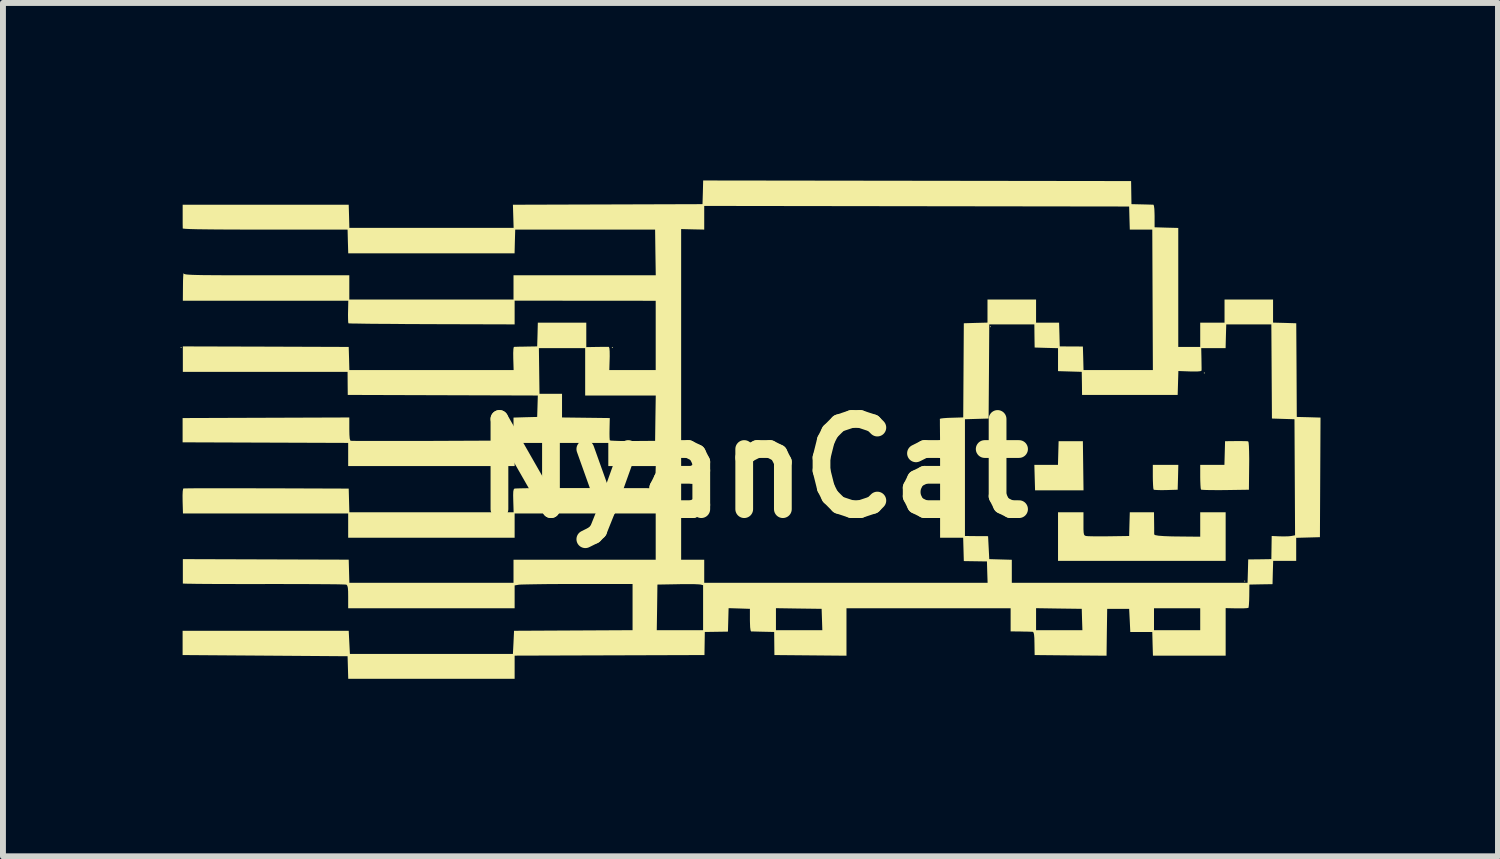
<source format=kicad_pcb>
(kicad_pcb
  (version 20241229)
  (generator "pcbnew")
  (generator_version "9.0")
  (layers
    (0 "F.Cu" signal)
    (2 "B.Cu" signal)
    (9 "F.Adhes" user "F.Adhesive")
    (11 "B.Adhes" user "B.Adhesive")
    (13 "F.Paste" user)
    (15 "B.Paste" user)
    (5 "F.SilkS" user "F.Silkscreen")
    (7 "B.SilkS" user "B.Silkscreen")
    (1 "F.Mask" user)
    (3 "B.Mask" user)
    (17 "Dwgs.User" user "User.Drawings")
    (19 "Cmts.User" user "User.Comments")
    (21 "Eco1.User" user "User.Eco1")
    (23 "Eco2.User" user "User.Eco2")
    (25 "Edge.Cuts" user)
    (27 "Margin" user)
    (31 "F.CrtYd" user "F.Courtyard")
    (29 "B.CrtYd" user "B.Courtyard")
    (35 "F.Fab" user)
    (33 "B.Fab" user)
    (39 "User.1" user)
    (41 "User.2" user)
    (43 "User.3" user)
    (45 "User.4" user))
  (footprint "NyanCat"
    (layer "F.Cu")
    (at 9.672 4.865)
    (property "Reference" "NyanCat" (at 0 0 0) (layer "F.SilkS") (effects (font (size 1.524 1.524) (thickness 0.3))))
    (attr board_only exclude_from_pos_files exclude_from_bom)
    (fp_poly (pts (xy -9.652 -2.042) (xy -9.662 -2.032) (xy -9.672 -2.042) (xy -9.662 -2.052)) (stroke (width 0) (type solid)) (fill yes) (layer "F.SilkS"))
    (fp_poly (pts (xy -2.364 -2.042) (xy -2.374 -2.032) (xy -2.384 -2.042) (xy -2.374 -2.052)) (stroke (width 0) (type solid)) (fill yes) (layer "F.SilkS"))
    (fp_poly (pts (xy 4.025 -2.393) (xy 4.015 -2.384) (xy 4.005 -2.393) (xy 4.015 -2.403)) (stroke (width 0) (type solid)) (fill yes) (layer "F.SilkS"))
    (fp_poly (pts (xy 7.64 -1.612) (xy 7.63 -1.602) (xy 7.62 -1.612) (xy 7.63 -1.622)) (stroke (width 0) (type solid)) (fill yes) (layer "F.SilkS"))
    (fp_poly (pts (xy 8.323 1.905) (xy 8.314 1.915) (xy 8.304 1.905) (xy 8.314 1.895)) (stroke (width 0) (type solid)) (fill yes) (layer "F.SilkS"))
    (fp_poly (pts (xy 5.589 0.371) (xy 4.77 0.371) (xy 4.764 0.156) (xy 4.758 -0.059) (xy 4.957 -0.059) (xy 5.157 -0.059) (xy 5.168 -0.459) (xy 5.578 -0.459)) (stroke (width 0) (type solid)) (fill yes) (layer "F.SilkS"))
    (fp_poly (pts (xy 7.186 0.151) (xy 7.18 0.361) (xy 6.984 0.367) (xy 6.9 0.368) (xy 6.831 0.366) (xy 6.786 0.363) (xy 6.774 0.359) (xy 6.768 0.335) (xy 6.764 0.28) (xy 6.761 0.205) (xy 6.76 0.143) (xy 6.76 -0.059) (xy 7.191 -0.059)) (stroke (width 0) (type solid)) (fill yes) (layer "F.SilkS"))
    (fp_poly (pts (xy 8.318 -0.46) (xy 8.362 -0.458) (xy 8.372 -0.456) (xy 8.379 -0.434) (xy 8.384 -0.376) (xy 8.387 -0.283) (xy 8.389 -0.158) (xy 8.388 -0.044) (xy 8.384 0.361) (xy 7.986 0.367) (xy 7.865 0.368) (xy 7.758 0.367) (xy 7.67 0.366) (xy 7.607 0.363) (xy 7.577 0.36) (xy 7.575 0.359) (xy 7.569 0.335) (xy 7.565 0.28) (xy 7.562 0.205) (xy 7.561 0.143) (xy 7.561 -0.059) (xy 7.97 -0.059) (xy 7.981 -0.459) (xy 8.167 -0.461) (xy 8.25 -0.461)) (stroke (width 0) (type solid)) (fill yes) (layer "F.SilkS"))
    (fp_poly (pts (xy 5.588 0.937) (xy 5.588 1.026) (xy 5.591 1.084) (xy 5.597 1.117) (xy 5.609 1.134) (xy 5.627 1.142) (xy 5.632 1.143) (xy 5.665 1.146) (xy 5.731 1.148) (xy 5.82 1.149) (xy 5.926 1.149) (xy 6.018 1.148) (xy 6.36 1.143) (xy 6.365 0.943) (xy 6.371 0.742) (xy 6.78 0.742) (xy 6.782 0.923) (xy 6.783 1.004) (xy 6.783 1.069) (xy 6.783 1.109) (xy 6.783 1.116) (xy 6.8 1.128) (xy 6.856 1.138) (xy 6.95 1.145) (xy 7.082 1.15) (xy 7.253 1.152) (xy 7.254 1.152) (xy 7.561 1.155) (xy 7.561 0.742) (xy 7.991 0.742) (xy 7.991 1.563) (xy 5.158 1.563) (xy 5.158 0.742) (xy 5.588 0.742)) (stroke (width 0) (type solid)) (fill yes) (layer "F.SilkS"))
    (fp_poly (pts (xy 2.777 -4.86) (xy 6.393 -4.855) (xy 6.396 -4.66) (xy 6.399 -4.465) (xy 6.575 -4.461) (xy 6.655 -4.459) (xy 6.721 -4.457) (xy 6.762 -4.456) (xy 6.77 -4.456) (xy 6.779 -4.437) (xy 6.786 -4.385) (xy 6.789 -4.306) (xy 6.79 -4.264) (xy 6.79 -4.074) (xy 6.99 -4.068) (xy 7.19 -4.063) (xy 7.19 -2.052) (xy 7.561 -2.052) (xy 7.561 -2.462) (xy 7.972 -2.462) (xy 7.972 -2.853) (xy 8.792 -2.853) (xy 8.792 -2.463) (xy 8.988 -2.458) (xy 9.184 -2.452) (xy 9.189 -1.661) (xy 9.193 -0.869) (xy 9.393 -0.864) (xy 9.594 -0.858) (xy 9.584 1.163) (xy 9.183 1.174) (xy 9.183 1.563) (xy 8.794 1.563) (xy 8.788 1.76) (xy 8.783 1.957) (xy 8.587 1.96) (xy 8.392 1.964) (xy 8.39 2.154) (xy 8.388 2.237) (xy 8.384 2.304) (xy 8.379 2.347) (xy 8.376 2.357) (xy 8.352 2.362) (xy 8.299 2.365) (xy 8.225 2.366) (xy 8.177 2.366) (xy 7.991 2.362) (xy 7.991 3.165) (xy 6.762 3.165) (xy 6.756 2.965) (xy 6.751 2.765) (xy 6.379 2.765) (xy 6.378 2.735) (xy 6.78 2.735) (xy 7.561 2.735) (xy 7.561 2.364) (xy 6.78 2.364) (xy 6.78 2.735) (xy 6.378 2.735) (xy 6.37 2.569) (xy 6.36 2.374) (xy 5.989 2.374) (xy 5.983 2.77) (xy 5.978 3.166) (xy 5.371 3.161) (xy 4.763 3.155) (xy 4.76 2.96) (xy 4.758 2.868) (xy 4.753 2.809) (xy 4.745 2.776) (xy 4.733 2.763) (xy 4.728 2.762) (xy 4.696 2.761) (xy 4.636 2.759) (xy 4.559 2.758) (xy 4.528 2.757) (xy 4.357 2.755) (xy 4.357 2.364) (xy 1.583 2.364) (xy 1.583 3.166) (xy 0.365 3.155) (xy 0.363 2.96) (xy 0.361 2.765) (xy 0.176 2.761) (xy 0.093 2.759) (xy 0.025 2.757) (xy -0.019 2.756) (xy -0.029 2.756) (xy -0.038 2.737) (xy -0.045 2.685) (xy -0.048 2.606) (xy -0.049 2.564) (xy -0.049 2.374) (xy -0.229 2.368) (xy -0.389 2.363) (xy 0.391 2.363) (xy 0.391 2.735) (xy 1.175 2.735) (xy 1.169 2.555) (xy 1.163 2.374) (xy 0.777 2.369) (xy 0.391 2.363) (xy 4.787 2.363) (xy 4.787 2.735) (xy 5.57 2.735) (xy 5.564 2.555) (xy 5.559 2.374) (xy 5.173 2.369) (xy 4.787 2.363) (xy 0.391 2.363) (xy -0.389 2.363) (xy -0.409 2.363) (xy -0.42 2.759) (xy -0.615 2.762) (xy -0.811 2.765) (xy -0.814 2.96) (xy -0.817 3.155) (xy -2.421 3.16) (xy -4.025 3.165) (xy -4.025 3.556) (xy -6.837 3.556) (xy -6.848 3.175) (xy -8.242 3.165) (xy -9.636 3.155) (xy -9.636 2.95) (xy -9.636 2.745) (xy -6.829 2.745) (xy -6.809 3.136) (xy -4.054 3.136) (xy -4.044 2.941) (xy -4.035 2.745) (xy -2.102 2.735) (xy -1.623 2.735) (xy -0.84 2.735) (xy -0.84 1.974) (xy -0.885 1.963) (xy -0.919 1.96) (xy -0.984 1.957) (xy -1.074 1.956) (xy -1.18 1.956) (xy -1.271 1.958) (xy -1.612 1.964) (xy -1.617 2.349) (xy -1.623 2.735) (xy -2.102 2.735) (xy -2.032 2.735) (xy -2.032 1.954) (xy -2.955 1.954) (xy -3.144 1.954) (xy -3.323 1.955) (xy -3.488 1.956) (xy -3.634 1.958) (xy -3.758 1.96) (xy -3.856 1.962) (xy -3.922 1.964) (xy -3.952 1.966) (xy -4.025 1.978) (xy -4.025 2.364) (xy -6.838 2.364) (xy -6.838 2.171) (xy -6.839 2.08) (xy -6.843 2.021) (xy -6.851 1.987) (xy -6.863 1.969) (xy -6.871 1.965) (xy -6.896 1.963) (xy -6.956 1.961) (xy -7.049 1.959) (xy -7.172 1.958) (xy -7.32 1.957) (xy -7.492 1.956) (xy -7.683 1.955) (xy -7.891 1.955) (xy -8.112 1.954) (xy -8.268 1.955) (xy -8.495 1.955) (xy -8.71 1.955) (xy -8.911 1.954) (xy -9.093 1.954) (xy -9.254 1.953) (xy -9.39 1.952) (xy -9.499 1.95) (xy -9.578 1.949) (xy -9.623 1.947) (xy -9.632 1.946) (xy -9.632 1.922) (xy -9.632 1.869) (xy -9.632 1.794) (xy -9.632 1.534) (xy -6.829 1.543) (xy -6.818 1.934) (xy -4.044 1.934) (xy -4.044 1.544) (xy -1.641 1.544) (xy -1.211 1.544) (xy -0.821 1.544) (xy -0.821 1.934) (xy 3.968 1.934) (xy 3.962 1.754) (xy 3.957 1.573) (xy 3.761 1.57) (xy 3.566 1.567) (xy 3.555 1.172) (xy 3.165 1.172) (xy 3.165 1.143) (xy 3.585 1.143) (xy 3.781 1.145) (xy 3.976 1.146) (xy 3.996 1.534) (xy 4.377 1.545) (xy 4.377 1.934) (xy 8.361 1.934) (xy 8.367 1.737) (xy 8.372 1.539) (xy 8.568 1.537) (xy 8.763 1.534) (xy 8.766 1.338) (xy 8.769 1.143) (xy 8.903 1.149) (xy 8.982 1.15) (xy 9.055 1.148) (xy 9.1 1.143) (xy 9.164 1.131) (xy 9.159 0.151) (xy 9.154 -0.83) (xy 8.963 -0.836) (xy 8.773 -0.842) (xy 8.768 -1.637) (xy 8.763 -2.433) (xy 8.001 -2.433) (xy 7.995 -2.232) (xy 7.99 -2.032) (xy 7.578 -2.032) (xy 7.582 -1.851) (xy 7.583 -1.77) (xy 7.584 -1.703) (xy 7.584 -1.66) (xy 7.583 -1.651) (xy 7.563 -1.642) (xy 7.509 -1.637) (xy 7.425 -1.637) (xy 7.386 -1.638) (xy 7.192 -1.645) (xy 7.186 -1.443) (xy 7.18 -1.241) (xy 5.564 -1.241) (xy 5.562 -1.436) (xy 5.559 -1.631) (xy 5.158 -1.643) (xy 5.158 -2.031) (xy 4.961 -2.036) (xy 4.763 -2.042) (xy 4.76 -2.237) (xy 4.758 -2.433) (xy 3.996 -2.433) (xy 3.991 -1.637) (xy 3.985 -0.842) (xy 3.785 -0.836) (xy 3.585 -0.83) (xy 3.585 1.143) (xy 3.165 1.143) (xy 3.165 0.176) (xy 3.165 -0.018) (xy 3.165 -0.2) (xy 3.164 -0.366) (xy 3.164 -0.513) (xy 3.163 -0.637) (xy 3.162 -0.734) (xy 3.162 -0.801) (xy 3.161 -0.833) (xy 3.16 -0.835) (xy 3.176 -0.842) (xy 3.224 -0.848) (xy 3.294 -0.853) (xy 3.356 -0.855) (xy 3.556 -0.861) (xy 3.566 -2.452) (xy 3.766 -2.458) (xy 3.966 -2.463) (xy 3.966 -2.853) (xy 4.787 -2.853) (xy 4.787 -2.462) (xy 5.176 -2.462) (xy 5.182 -2.262) (xy 5.187 -2.061) (xy 5.383 -2.06) (xy 5.578 -2.059) (xy 5.584 -1.86) (xy 5.589 -1.661) (xy 6.761 -1.661) (xy 6.756 -2.848) (xy 6.751 -4.035) (xy 6.371 -4.035) (xy 6.365 -4.23) (xy 6.36 -4.425) (xy 2.77 -4.43) (xy -0.821 -4.435) (xy -0.821 -4.035) (xy -1.016 -4.039) (xy -1.211 -4.044) (xy -1.211 1.544) (xy -1.641 1.544) (xy -1.641 0.762) (xy -4.025 0.762) (xy -4.025 1.172) (xy -6.838 1.172) (xy -6.838 0.762) (xy -9.63 0.762) (xy -9.636 0.554) (xy -9.637 0.457) (xy -9.634 0.386) (xy -9.627 0.346) (xy -9.623 0.34) (xy -9.6 0.339) (xy -9.542 0.338) (xy -9.451 0.337) (xy -9.331 0.336) (xy -9.184 0.336) (xy -9.013 0.336) (xy -8.823 0.336) (xy -8.616 0.336) (xy -8.395 0.337) (xy -8.216 0.337) (xy -6.829 0.342) (xy -6.818 0.742) (xy -4.042 0.742) (xy -4.048 0.547) (xy -4.05 0.454) (xy -4.048 0.393) (xy -4.041 0.358) (xy -4.029 0.342) (xy -4.027 0.342) (xy -4.003 0.34) (xy -3.943 0.338) (xy -3.851 0.336) (xy -3.731 0.335) (xy -3.586 0.334) (xy -3.418 0.333) (xy -3.233 0.333) (xy -3.033 0.333) (xy -2.825 0.333) (xy -1.651 0.335) (xy -1.64 -0.039) (xy -2.442 -0.039) (xy -2.442 -0.43) (xy -4.025 -0.43) (xy -4.025 -0.039) (xy -6.838 -0.039) (xy -6.838 -0.43) (xy -9.636 -0.44) (xy -9.636 -0.85) (xy -8.227 -0.855) (xy -6.819 -0.86) (xy -6.819 -0.667) (xy -6.817 -0.568) (xy -6.812 -0.504) (xy -6.802 -0.472) (xy -6.795 -0.466) (xy -6.771 -0.465) (xy -6.712 -0.464) (xy -6.621 -0.463) (xy -6.499 -0.463) (xy -6.352 -0.463) (xy -6.182 -0.463) (xy -5.991 -0.463) (xy -5.784 -0.463) (xy -5.564 -0.464) (xy -5.407 -0.464) (xy -4.044 -0.47) (xy -4.044 -0.858) (xy -3.844 -0.864) (xy -3.644 -0.869) (xy -3.633 -1.231) (xy -5.239 -1.236) (xy -6.845 -1.241) (xy -6.847 -1.436) (xy -6.848 -1.631) (xy -9.632 -1.631) (xy -9.632 -2.061) (xy -8.231 -2.057) (xy -6.829 -2.052) (xy -6.823 -1.856) (xy -6.818 -1.661) (xy -4.042 -1.661) (xy -4.048 -1.856) (xy -4.049 -1.95) (xy -4.046 -2.017) (xy -4.043 -2.032) (xy -3.615 -2.032) (xy -3.61 -1.646) (xy -3.605 -1.26) (xy -3.414 -1.26) (xy -3.224 -1.26) (xy -3.224 -0.86) (xy -2.82 -0.855) (xy -2.417 -0.85) (xy -2.421 -0.669) (xy -2.422 -0.588) (xy -2.421 -0.523) (xy -2.418 -0.482) (xy -2.416 -0.474) (xy -2.395 -0.469) (xy -2.34 -0.466) (xy -2.259 -0.463) (xy -2.157 -0.462) (xy -2.041 -0.462) (xy -2.029 -0.462) (xy -1.651 -0.465) (xy -1.646 -0.848) (xy -1.64 -1.231) (xy -2.833 -1.231) (xy -2.833 -2.032) (xy -3.615 -2.032) (xy -4.043 -2.032) (xy -4.039 -2.05) (xy -4.035 -2.053) (xy -4.008 -2.054) (xy -3.951 -2.056) (xy -3.875 -2.057) (xy -3.83 -2.058) (xy -3.644 -2.061) (xy -3.638 -2.262) (xy -3.633 -2.462) (xy -2.814 -2.462) (xy -2.814 -2.049) (xy -2.633 -2.052) (xy -2.551 -2.053) (xy -2.484 -2.053) (xy -2.442 -2.053) (xy -2.433 -2.053) (xy -2.424 -2.033) (xy -2.419 -1.98) (xy -2.418 -1.896) (xy -2.419 -1.856) (xy -2.425 -1.661) (xy -1.641 -1.661) (xy -1.641 -2.832) (xy -2.833 -2.833) (xy -4.025 -2.834) (xy -4.025 -2.633) (xy -4.025 -2.433) (xy -5.425 -2.437) (xy -5.655 -2.438) (xy -5.874 -2.439) (xy -6.078 -2.441) (xy -6.264 -2.442) (xy -6.43 -2.443) (xy -6.571 -2.445) (xy -6.685 -2.447) (xy -6.769 -2.448) (xy -6.82 -2.45) (xy -6.834 -2.451) (xy -6.838 -2.474) (xy -6.84 -2.526) (xy -6.841 -2.599) (xy -6.84 -2.647) (xy -6.836 -2.833) (xy -9.632 -2.833) (xy -9.63 -3.082) (xy -9.629 -3.172) (xy -9.626 -3.242) (xy -9.623 -3.286) (xy -9.62 -3.299) (xy -9.619 -3.297) (xy -9.616 -3.291) (xy -9.607 -3.285) (xy -9.591 -3.28) (xy -9.564 -3.276) (xy -9.524 -3.273) (xy -9.469 -3.27) (xy -9.395 -3.268) (xy -9.3 -3.266) (xy -9.181 -3.265) (xy -9.036 -3.264) (xy -8.862 -3.263) (xy -8.656 -3.263) (xy -8.416 -3.263) (xy -8.214 -3.263) (xy -6.819 -3.263) (xy -6.819 -2.853) (xy -4.044 -2.853) (xy -4.044 -3.263) (xy -1.64 -3.263) (xy -1.646 -3.649) (xy -1.651 -4.035) (xy -4.015 -4.035) (xy -4.021 -3.834) (xy -4.026 -3.634) (xy -6.837 -3.634) (xy -6.843 -3.834) (xy -6.848 -4.035) (xy -8.24 -4.035) (xy -8.543 -4.035) (xy -8.809 -4.036) (xy -9.039 -4.037) (xy -9.232 -4.039) (xy -9.388 -4.041) (xy -9.506 -4.044) (xy -9.586 -4.048) (xy -9.627 -4.052) (xy -9.634 -4.054) (xy -9.634 -4.081) (xy -9.635 -4.138) (xy -9.635 -4.214) (xy -9.635 -4.265) (xy -9.635 -4.455) (xy -8.232 -4.455) (xy -6.829 -4.455) (xy -6.823 -4.26) (xy -6.818 -4.064) (xy -4.042 -4.064) (xy -4.048 -4.259) (xy -4.054 -4.455) (xy -2.452 -4.46) (xy -0.85 -4.465) (xy -0.844 -4.665) (xy -0.839 -4.865)) (stroke (width 0) (type solid)) (fill yes) (layer "F.SilkS")))
  (gr_rect
    (start -3 -3)
    (end 22.265 11.421)
    (stroke (width 0.1) (type default))
    (fill no)
    (layer "Edge.Cuts")))
</source>
